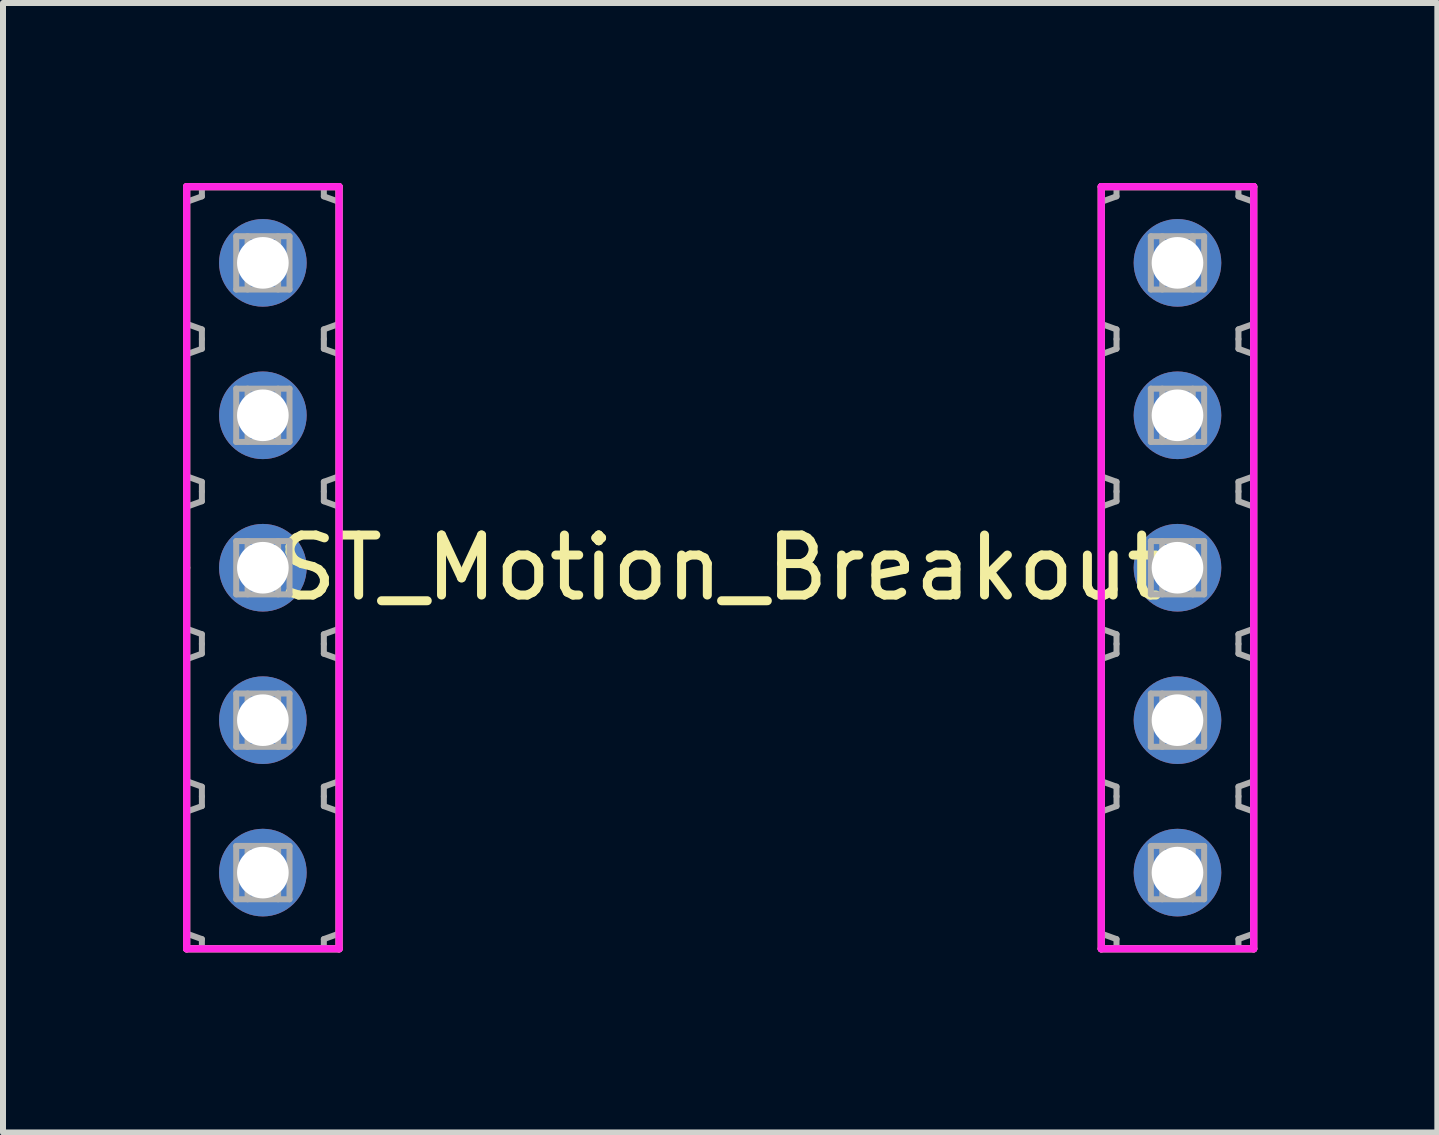
<source format=kicad_pcb>
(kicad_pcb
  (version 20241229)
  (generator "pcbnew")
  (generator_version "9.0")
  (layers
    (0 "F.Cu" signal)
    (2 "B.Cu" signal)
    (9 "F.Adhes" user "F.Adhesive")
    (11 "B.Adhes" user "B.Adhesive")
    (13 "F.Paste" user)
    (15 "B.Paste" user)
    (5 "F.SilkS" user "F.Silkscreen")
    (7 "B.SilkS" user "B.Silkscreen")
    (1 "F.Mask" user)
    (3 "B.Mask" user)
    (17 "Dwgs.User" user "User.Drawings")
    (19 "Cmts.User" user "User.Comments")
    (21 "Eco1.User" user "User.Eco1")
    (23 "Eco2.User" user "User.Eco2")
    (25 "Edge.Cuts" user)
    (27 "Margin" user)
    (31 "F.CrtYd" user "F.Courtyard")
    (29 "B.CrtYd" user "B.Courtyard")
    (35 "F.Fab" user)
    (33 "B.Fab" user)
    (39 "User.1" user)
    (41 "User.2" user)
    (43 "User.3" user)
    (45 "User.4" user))
  (footprint "ST_Motion_Breakout"
    (layer "F.Cu")
    (at 8.95 6.41)
    (property "Reference" "ST_Motion_Breakout" (at 0 0 0) (layer "F.SilkS") (effects (font (size 1 1) (thickness 0.15))))
    (attr through_hole)
    (fp_circle (center -7.62 -5.08) (end -7.62 -4.299) (stroke (width 0.1) (type solid)) (fill no) (layer "F.Mask"))
    (fp_circle (center -7.62 -2.54) (end -7.62 -1.759) (stroke (width 0.1) (type solid)) (fill no) (layer "F.Mask"))
    (fp_circle (center -7.62 0) (end -7.62 0.781) (stroke (width 0.1) (type solid)) (fill no) (layer "F.Mask"))
    (fp_circle (center -7.62 2.54) (end -7.62 3.321) (stroke (width 0.1) (type solid)) (fill no) (layer "F.Mask"))
    (fp_circle (center -7.62 5.08) (end -7.62 5.861) (stroke (width 0.1) (type solid)) (fill no) (layer "F.Mask"))
    (fp_circle (center 7.62 -5.08) (end 7.62 -5.861) (stroke (width 0.1) (type solid)) (fill no) (layer "F.Mask"))
    (fp_circle (center 7.62 -2.54) (end 7.62 -3.321) (stroke (width 0.1) (type solid)) (fill no) (layer "F.Mask"))
    (fp_circle (center 7.62 0) (end 7.62 -0.781) (stroke (width 0.1) (type solid)) (fill no) (layer "F.Mask"))
    (fp_circle (center 7.62 2.54) (end 7.62 1.759) (stroke (width 0.1) (type solid)) (fill no) (layer "F.Mask"))
    (fp_circle (center 7.62 5.08) (end 7.62 4.299) (stroke (width 0.1) (type solid)) (fill no) (layer "F.Mask"))
    (fp_circle (center -7.62 -5.08) (end -7.62 -4.299) (stroke (width 0.1) (type solid)) (fill no) (layer "B.Mask"))
    (fp_circle (center -7.62 -2.54) (end -7.62 -1.759) (stroke (width 0.1) (type solid)) (fill no) (layer "B.Mask"))
    (fp_circle (center -7.62 0) (end -7.62 0.781) (stroke (width 0.1) (type solid)) (fill no) (layer "B.Mask"))
    (fp_circle (center -7.62 2.54) (end -7.62 3.321) (stroke (width 0.1) (type solid)) (fill no) (layer "B.Mask"))
    (fp_circle (center -7.62 5.08) (end -7.62 5.861) (stroke (width 0.1) (type solid)) (fill no) (layer "B.Mask"))
    (fp_circle (center 7.62 -5.08) (end 7.62 -5.861) (stroke (width 0.1) (type solid)) (fill no) (layer "B.Mask"))
    (fp_circle (center 7.62 -2.54) (end 7.62 -3.321) (stroke (width 0.1) (type solid)) (fill no) (layer "B.Mask"))
    (fp_circle (center 7.62 0) (end 7.62 -0.781) (stroke (width 0.1) (type solid)) (fill no) (layer "B.Mask"))
    (fp_circle (center 7.62 2.54) (end 7.62 1.759) (stroke (width 0.1) (type solid)) (fill no) (layer "B.Mask"))
    (fp_circle (center 7.62 5.08) (end 7.62 4.299) (stroke (width 0.1) (type solid)) (fill no) (layer "B.Mask"))
    (fp_line (start -8.89 -6.35) (end -8.89 0) (stroke (width 0.12) (type solid)) (layer "F.SilkS"))
    (fp_line (start -8.89 0) (end -8.89 6.35) (stroke (width 0.12) (type solid)) (layer "F.SilkS"))
    (fp_line (start -6.35 -6.35) (end -8.89 -6.35) (stroke (width 0.12) (type solid)) (layer "F.SilkS"))
    (fp_line (start -6.35 6.35) (end -8.89 6.35) (stroke (width 0.12) (type solid)) (layer "F.SilkS"))
    (fp_line (start -6.35 6.35) (end -6.35 -6.35) (stroke (width 0.12) (type solid)) (layer "F.SilkS"))
    (fp_line (start 6.35 -6.35) (end 8.89 -6.35) (stroke (width 0.12) (type solid)) (layer "F.SilkS"))
    (fp_line (start 6.35 6.35) (end 6.35 -6.35) (stroke (width 0.12) (type solid)) (layer "F.SilkS"))
    (fp_line (start 6.35 6.35) (end 8.89 6.35) (stroke (width 0.12) (type solid)) (layer "F.SilkS"))
    (fp_line (start 8.89 6.35) (end 8.89 -6.35) (stroke (width 0.12) (type solid)) (layer "F.SilkS"))
    (fp_line (start -8.89 -6.35) (end -6.35 -6.35) (stroke (width 0.12) (type solid)) (layer "F.CrtYd"))
    (fp_line (start -8.89 6.35) (end -8.89 -6.35) (stroke (width 0.12) (type solid)) (layer "F.CrtYd"))
    (fp_line (start -6.35 -6.35) (end -6.35 6.35) (stroke (width 0.12) (type solid)) (layer "F.CrtYd"))
    (fp_line (start -6.35 6.35) (end -8.89 6.35) (stroke (width 0.12) (type solid)) (layer "F.CrtYd"))
    (fp_line (start 6.35 -6.35) (end 8.89 -6.35) (stroke (width 0.12) (type solid)) (layer "F.CrtYd"))
    (fp_line (start 6.35 6.35) (end 6.35 -6.35) (stroke (width 0.12) (type solid)) (layer "F.CrtYd"))
    (fp_line (start 8.89 -6.35) (end 8.89 6.35) (stroke (width 0.12) (type solid)) (layer "F.CrtYd"))
    (fp_line (start 8.89 6.35) (end 6.35 6.35) (stroke (width 0.12) (type solid)) (layer "F.CrtYd"))
    (fp_line (start -8.89 -6.096) (end -8.89 -4.064) (stroke (width 0.1) (type solid)) (layer "F.Fab"))
    (fp_line (start -8.89 -4.064) (end -8.636 -3.972) (stroke (width 0.1) (type solid)) (layer "F.Fab"))
    (fp_line (start -8.89 -3.556) (end -8.89 -1.524) (stroke (width 0.1) (type solid)) (layer "F.Fab"))
    (fp_line (start -8.89 -1.524) (end -8.636 -1.432) (stroke (width 0.1) (type solid)) (layer "F.Fab"))
    (fp_line (start -8.89 -1.016) (end -8.89 1.016) (stroke (width 0.1) (type solid)) (layer "F.Fab"))
    (fp_line (start -8.89 1.016) (end -8.636 1.108) (stroke (width 0.1) (type solid)) (layer "F.Fab"))
    (fp_line (start -8.89 1.524) (end -8.89 3.556) (stroke (width 0.1) (type solid)) (layer "F.Fab"))
    (fp_line (start -8.89 3.556) (end -8.636 3.648) (stroke (width 0.1) (type solid)) (layer "F.Fab"))
    (fp_line (start -8.89 4.064) (end -8.89 6.096) (stroke (width 0.1) (type solid)) (layer "F.Fab"))
    (fp_line (start -8.89 6.096) (end -8.636 6.188) (stroke (width 0.1) (type solid)) (layer "F.Fab"))
    (fp_line (start -8.636 -6.35) (end -8.636 -6.188) (stroke (width 0.1) (type solid)) (layer "F.Fab"))
    (fp_line (start -8.636 -6.188) (end -8.89 -6.096) (stroke (width 0.1) (type solid)) (layer "F.Fab"))
    (fp_line (start -8.636 -3.972) (end -8.636 -3.81) (stroke (width 0.1) (type solid)) (layer "F.Fab"))
    (fp_line (start -8.636 -3.81) (end -8.636 -3.648) (stroke (width 0.1) (type solid)) (layer "F.Fab"))
    (fp_line (start -8.636 -3.648) (end -8.89 -3.556) (stroke (width 0.1) (type solid)) (layer "F.Fab"))
    (fp_line (start -8.636 -1.432) (end -8.636 -1.27) (stroke (width 0.1) (type solid)) (layer "F.Fab"))
    (fp_line (start -8.636 -1.27) (end -8.636 -1.108) (stroke (width 0.1) (type solid)) (layer "F.Fab"))
    (fp_line (start -8.636 -1.108) (end -8.89 -1.016) (stroke (width 0.1) (type solid)) (layer "F.Fab"))
    (fp_line (start -8.636 1.108) (end -8.636 1.27) (stroke (width 0.1) (type solid)) (layer "F.Fab"))
    (fp_line (start -8.636 1.27) (end -8.636 1.432) (stroke (width 0.1) (type solid)) (layer "F.Fab"))
    (fp_line (start -8.636 1.432) (end -8.89 1.524) (stroke (width 0.1) (type solid)) (layer "F.Fab"))
    (fp_line (start -8.636 3.648) (end -8.636 3.81) (stroke (width 0.1) (type solid)) (layer "F.Fab"))
    (fp_line (start -8.636 3.81) (end -8.636 3.972) (stroke (width 0.1) (type solid)) (layer "F.Fab"))
    (fp_line (start -8.636 3.972) (end -8.89 4.064) (stroke (width 0.1) (type solid)) (layer "F.Fab"))
    (fp_line (start -8.636 6.188) (end -8.636 6.35) (stroke (width 0.1) (type solid)) (layer "F.Fab"))
    (fp_line (start -8.064 -5.524) (end -8.064 -4.636) (stroke (width 0.1) (type solid)) (layer "F.Fab"))
    (fp_line (start -8.064 -4.636) (end -7.176 -4.636) (stroke (width 0.1) (type solid)) (layer "F.Fab"))
    (fp_line (start -8.064 -2.984) (end -8.064 -2.096) (stroke (width 0.1) (type solid)) (layer "F.Fab"))
    (fp_line (start -8.064 -2.096) (end -7.176 -2.096) (stroke (width 0.1) (type solid)) (layer "F.Fab"))
    (fp_line (start -8.064 -0.444) (end -8.064 0.444) (stroke (width 0.1) (type solid)) (layer "F.Fab"))
    (fp_line (start -8.064 0.444) (end -7.176 0.444) (stroke (width 0.1) (type solid)) (layer "F.Fab"))
    (fp_line (start -8.064 2.096) (end -8.064 2.984) (stroke (width 0.1) (type solid)) (layer "F.Fab"))
    (fp_line (start -8.064 2.984) (end -7.176 2.984) (stroke (width 0.1) (type solid)) (layer "F.Fab"))
    (fp_line (start -8.064 4.636) (end -8.064 5.524) (stroke (width 0.1) (type solid)) (layer "F.Fab"))
    (fp_line (start -8.064 5.524) (end -7.176 5.524) (stroke (width 0.1) (type solid)) (layer "F.Fab"))
    (fp_line (start -7.874 -4.636) (end -7.874 -5.524) (stroke (width 0.1) (type solid)) (layer "F.Fab"))
    (fp_line (start -7.874 -2.096) (end -7.874 -2.984) (stroke (width 0.1) (type solid)) (layer "F.Fab"))
    (fp_line (start -7.874 0.444) (end -7.874 -0.444) (stroke (width 0.1) (type solid)) (layer "F.Fab"))
    (fp_line (start -7.874 2.984) (end -7.874 2.096) (stroke (width 0.1) (type solid)) (layer "F.Fab"))
    (fp_line (start -7.874 5.524) (end -7.874 4.636) (stroke (width 0.1) (type solid)) (layer "F.Fab"))
    (fp_line (start -7.366 -5.524) (end -7.366 -4.636) (stroke (width 0.1) (type solid)) (layer "F.Fab"))
    (fp_line (start -7.366 -2.984) (end -7.366 -2.096) (stroke (width 0.1) (type solid)) (layer "F.Fab"))
    (fp_line (start -7.366 -0.444) (end -7.366 0.444) (stroke (width 0.1) (type solid)) (layer "F.Fab"))
    (fp_line (start -7.366 2.096) (end -7.366 2.984) (stroke (width 0.1) (type solid)) (layer "F.Fab"))
    (fp_line (start -7.366 4.636) (end -7.366 5.524) (stroke (width 0.1) (type solid)) (layer "F.Fab"))
    (fp_line (start -7.176 -5.524) (end -8.064 -5.524) (stroke (width 0.1) (type solid)) (layer "F.Fab"))
    (fp_line (start -7.176 -4.636) (end -7.176 -5.524) (stroke (width 0.1) (type solid)) (layer "F.Fab"))
    (fp_line (start -7.176 -2.984) (end -8.064 -2.984) (stroke (width 0.1) (type solid)) (layer "F.Fab"))
    (fp_line (start -7.176 -2.096) (end -7.176 -2.984) (stroke (width 0.1) (type solid)) (layer "F.Fab"))
    (fp_line (start -7.176 -0.444) (end -8.064 -0.444) (stroke (width 0.1) (type solid)) (layer "F.Fab"))
    (fp_line (start -7.176 0.444) (end -7.176 -0.444) (stroke (width 0.1) (type solid)) (layer "F.Fab"))
    (fp_line (start -7.176 2.096) (end -8.064 2.096) (stroke (width 0.1) (type solid)) (layer "F.Fab"))
    (fp_line (start -7.176 2.984) (end -7.176 2.096) (stroke (width 0.1) (type solid)) (layer "F.Fab"))
    (fp_line (start -7.176 4.636) (end -8.064 4.636) (stroke (width 0.1) (type solid)) (layer "F.Fab"))
    (fp_line (start -7.176 5.524) (end -7.176 4.636) (stroke (width 0.1) (type solid)) (layer "F.Fab"))
    (fp_line (start -6.604 -6.35) (end -8.636 -6.35) (stroke (width 0.1) (type solid)) (layer "F.Fab"))
    (fp_line (start -6.604 -6.188) (end -6.604 -6.35) (stroke (width 0.1) (type solid)) (layer "F.Fab"))
    (fp_line (start -6.604 -3.972) (end -6.35 -4.064) (stroke (width 0.1) (type solid)) (layer "F.Fab"))
    (fp_line (start -6.604 -3.81) (end -6.604 -3.972) (stroke (width 0.1) (type solid)) (layer "F.Fab"))
    (fp_line (start -6.604 -3.648) (end -6.604 -3.81) (stroke (width 0.1) (type solid)) (layer "F.Fab"))
    (fp_line (start -6.604 -1.432) (end -6.35 -1.524) (stroke (width 0.1) (type solid)) (layer "F.Fab"))
    (fp_line (start -6.604 -1.27) (end -6.604 -1.432) (stroke (width 0.1) (type solid)) (layer "F.Fab"))
    (fp_line (start -6.604 -1.108) (end -6.604 -1.27) (stroke (width 0.1) (type solid)) (layer "F.Fab"))
    (fp_line (start -6.604 1.108) (end -6.35 1.016) (stroke (width 0.1) (type solid)) (layer "F.Fab"))
    (fp_line (start -6.604 1.27) (end -6.604 1.108) (stroke (width 0.1) (type solid)) (layer "F.Fab"))
    (fp_line (start -6.604 1.432) (end -6.604 1.27) (stroke (width 0.1) (type solid)) (layer "F.Fab"))
    (fp_line (start -6.604 3.648) (end -6.35 3.556) (stroke (width 0.1) (type solid)) (layer "F.Fab"))
    (fp_line (start -6.604 3.81) (end -6.604 3.648) (stroke (width 0.1) (type solid)) (layer "F.Fab"))
    (fp_line (start -6.604 3.972) (end -6.604 3.81) (stroke (width 0.1) (type solid)) (layer "F.Fab"))
    (fp_line (start -6.604 6.188) (end -6.604 6.35) (stroke (width 0.1) (type solid)) (layer "F.Fab"))
    (fp_line (start -6.604 6.188) (end -6.35 6.096) (stroke (width 0.1) (type solid)) (layer "F.Fab"))
    (fp_line (start -6.604 6.35) (end -8.636 6.35) (stroke (width 0.1) (type solid)) (layer "F.Fab"))
    (fp_line (start -6.35 -6.096) (end -6.604 -6.188) (stroke (width 0.1) (type solid)) (layer "F.Fab"))
    (fp_line (start -6.35 -4.064) (end -6.35 -6.096) (stroke (width 0.1) (type solid)) (layer "F.Fab"))
    (fp_line (start -6.35 -3.556) (end -6.604 -3.648) (stroke (width 0.1) (type solid)) (layer "F.Fab"))
    (fp_line (start -6.35 -1.524) (end -6.35 -3.556) (stroke (width 0.1) (type solid)) (layer "F.Fab"))
    (fp_line (start -6.35 -1.016) (end -6.604 -1.108) (stroke (width 0.1) (type solid)) (layer "F.Fab"))
    (fp_line (start -6.35 1.016) (end -6.35 -1.016) (stroke (width 0.1) (type solid)) (layer "F.Fab"))
    (fp_line (start -6.35 1.524) (end -6.604 1.432) (stroke (width 0.1) (type solid)) (layer "F.Fab"))
    (fp_line (start -6.35 3.556) (end -6.35 1.524) (stroke (width 0.1) (type solid)) (layer "F.Fab"))
    (fp_line (start -6.35 4.064) (end -6.604 3.972) (stroke (width 0.1) (type solid)) (layer "F.Fab"))
    (fp_line (start -6.35 6.096) (end -6.35 4.064) (stroke (width 0.1) (type solid)) (layer "F.Fab"))
    (fp_line (start 6.35 -6.096) (end 6.35 -4.064) (stroke (width 0.1) (type solid)) (layer "F.Fab"))
    (fp_line (start 6.35 -4.064) (end 6.604 -3.972) (stroke (width 0.1) (type solid)) (layer "F.Fab"))
    (fp_line (start 6.35 -3.556) (end 6.35 -1.524) (stroke (width 0.1) (type solid)) (layer "F.Fab"))
    (fp_line (start 6.35 -1.524) (end 6.604 -1.432) (stroke (width 0.1) (type solid)) (layer "F.Fab"))
    (fp_line (start 6.35 -1.016) (end 6.35 1.016) (stroke (width 0.1) (type solid)) (layer "F.Fab"))
    (fp_line (start 6.35 1.016) (end 6.604 1.108) (stroke (width 0.1) (type solid)) (layer "F.Fab"))
    (fp_line (start 6.35 1.524) (end 6.35 3.556) (stroke (width 0.1) (type solid)) (layer "F.Fab"))
    (fp_line (start 6.35 3.556) (end 6.604 3.648) (stroke (width 0.1) (type solid)) (layer "F.Fab"))
    (fp_line (start 6.35 4.064) (end 6.35 6.096) (stroke (width 0.1) (type solid)) (layer "F.Fab"))
    (fp_line (start 6.35 6.096) (end 6.604 6.188) (stroke (width 0.1) (type solid)) (layer "F.Fab"))
    (fp_line (start 6.604 -6.35) (end 8.636 -6.35) (stroke (width 0.1) (type solid)) (layer "F.Fab"))
    (fp_line (start 6.604 -6.188) (end 6.35 -6.096) (stroke (width 0.1) (type solid)) (layer "F.Fab"))
    (fp_line (start 6.604 -6.188) (end 6.604 -6.35) (stroke (width 0.1) (type solid)) (layer "F.Fab"))
    (fp_line (start 6.604 -3.972) (end 6.604 -3.81) (stroke (width 0.1) (type solid)) (layer "F.Fab"))
    (fp_line (start 6.604 -3.81) (end 6.604 -3.648) (stroke (width 0.1) (type solid)) (layer "F.Fab"))
    (fp_line (start 6.604 -3.648) (end 6.35 -3.556) (stroke (width 0.1) (type solid)) (layer "F.Fab"))
    (fp_line (start 6.604 -1.432) (end 6.604 -1.27) (stroke (width 0.1) (type solid)) (layer "F.Fab"))
    (fp_line (start 6.604 -1.27) (end 6.604 -1.108) (stroke (width 0.1) (type solid)) (layer "F.Fab"))
    (fp_line (start 6.604 -1.108) (end 6.35 -1.016) (stroke (width 0.1) (type solid)) (layer "F.Fab"))
    (fp_line (start 6.604 1.108) (end 6.604 1.27) (stroke (width 0.1) (type solid)) (layer "F.Fab"))
    (fp_line (start 6.604 1.27) (end 6.604 1.432) (stroke (width 0.1) (type solid)) (layer "F.Fab"))
    (fp_line (start 6.604 1.432) (end 6.35 1.524) (stroke (width 0.1) (type solid)) (layer "F.Fab"))
    (fp_line (start 6.604 3.648) (end 6.604 3.81) (stroke (width 0.1) (type solid)) (layer "F.Fab"))
    (fp_line (start 6.604 3.81) (end 6.604 3.972) (stroke (width 0.1) (type solid)) (layer "F.Fab"))
    (fp_line (start 6.604 3.972) (end 6.35 4.064) (stroke (width 0.1) (type solid)) (layer "F.Fab"))
    (fp_line (start 6.604 6.188) (end 6.604 6.35) (stroke (width 0.1) (type solid)) (layer "F.Fab"))
    (fp_line (start 6.604 6.35) (end 8.636 6.35) (stroke (width 0.1) (type solid)) (layer "F.Fab"))
    (fp_line (start 7.176 -5.524) (end 7.176 -4.636) (stroke (width 0.1) (type solid)) (layer "F.Fab"))
    (fp_line (start 7.176 -4.636) (end 8.064 -4.636) (stroke (width 0.1) (type solid)) (layer "F.Fab"))
    (fp_line (start 7.176 -2.984) (end 7.176 -2.096) (stroke (width 0.1) (type solid)) (layer "F.Fab"))
    (fp_line (start 7.176 -2.096) (end 8.064 -2.096) (stroke (width 0.1) (type solid)) (layer "F.Fab"))
    (fp_line (start 7.176 -0.444) (end 7.176 0.444) (stroke (width 0.1) (type solid)) (layer "F.Fab"))
    (fp_line (start 7.176 0.444) (end 8.064 0.444) (stroke (width 0.1) (type solid)) (layer "F.Fab"))
    (fp_line (start 7.176 2.096) (end 7.176 2.984) (stroke (width 0.1) (type solid)) (layer "F.Fab"))
    (fp_line (start 7.176 2.984) (end 8.064 2.984) (stroke (width 0.1) (type solid)) (layer "F.Fab"))
    (fp_line (start 7.176 4.636) (end 7.176 5.524) (stroke (width 0.1) (type solid)) (layer "F.Fab"))
    (fp_line (start 7.176 5.524) (end 8.064 5.524) (stroke (width 0.1) (type solid)) (layer "F.Fab"))
    (fp_line (start 7.366 -4.636) (end 7.366 -5.524) (stroke (width 0.1) (type solid)) (layer "F.Fab"))
    (fp_line (start 7.366 -2.096) (end 7.366 -2.984) (stroke (width 0.1) (type solid)) (layer "F.Fab"))
    (fp_line (start 7.366 0.444) (end 7.366 -0.444) (stroke (width 0.1) (type solid)) (layer "F.Fab"))
    (fp_line (start 7.366 2.984) (end 7.366 2.096) (stroke (width 0.1) (type solid)) (layer "F.Fab"))
    (fp_line (start 7.366 5.524) (end 7.366 4.636) (stroke (width 0.1) (type solid)) (layer "F.Fab"))
    (fp_line (start 7.874 -5.524) (end 7.874 -4.636) (stroke (width 0.1) (type solid)) (layer "F.Fab"))
    (fp_line (start 7.874 -2.984) (end 7.874 -2.096) (stroke (width 0.1) (type solid)) (layer "F.Fab"))
    (fp_line (start 7.874 -0.444) (end 7.874 0.444) (stroke (width 0.1) (type solid)) (layer "F.Fab"))
    (fp_line (start 7.874 2.096) (end 7.874 2.984) (stroke (width 0.1) (type solid)) (layer "F.Fab"))
    (fp_line (start 7.874 4.636) (end 7.874 5.524) (stroke (width 0.1) (type solid)) (layer "F.Fab"))
    (fp_line (start 8.064 -5.524) (end 7.176 -5.524) (stroke (width 0.1) (type solid)) (layer "F.Fab"))
    (fp_line (start 8.064 -4.636) (end 8.064 -5.524) (stroke (width 0.1) (type solid)) (layer "F.Fab"))
    (fp_line (start 8.064 -2.984) (end 7.176 -2.984) (stroke (width 0.1) (type solid)) (layer "F.Fab"))
    (fp_line (start 8.064 -2.096) (end 8.064 -2.984) (stroke (width 0.1) (type solid)) (layer "F.Fab"))
    (fp_line (start 8.064 -0.444) (end 7.176 -0.444) (stroke (width 0.1) (type solid)) (layer "F.Fab"))
    (fp_line (start 8.064 0.444) (end 8.064 -0.444) (stroke (width 0.1) (type solid)) (layer "F.Fab"))
    (fp_line (start 8.064 2.096) (end 7.176 2.096) (stroke (width 0.1) (type solid)) (layer "F.Fab"))
    (fp_line (start 8.064 2.984) (end 8.064 2.096) (stroke (width 0.1) (type solid)) (layer "F.Fab"))
    (fp_line (start 8.064 4.636) (end 7.176 4.636) (stroke (width 0.1) (type solid)) (layer "F.Fab"))
    (fp_line (start 8.064 5.524) (end 8.064 4.636) (stroke (width 0.1) (type solid)) (layer "F.Fab"))
    (fp_line (start 8.636 -6.188) (end 8.636 -6.35) (stroke (width 0.1) (type solid)) (layer "F.Fab"))
    (fp_line (start 8.636 -3.972) (end 8.89 -4.064) (stroke (width 0.1) (type solid)) (layer "F.Fab"))
    (fp_line (start 8.636 -3.81) (end 8.636 -3.972) (stroke (width 0.1) (type solid)) (layer "F.Fab"))
    (fp_line (start 8.636 -3.648) (end 8.636 -3.81) (stroke (width 0.1) (type solid)) (layer "F.Fab"))
    (fp_line (start 8.636 -1.432) (end 8.89 -1.524) (stroke (width 0.1) (type solid)) (layer "F.Fab"))
    (fp_line (start 8.636 -1.27) (end 8.636 -1.432) (stroke (width 0.1) (type solid)) (layer "F.Fab"))
    (fp_line (start 8.636 -1.108) (end 8.636 -1.27) (stroke (width 0.1) (type solid)) (layer "F.Fab"))
    (fp_line (start 8.636 1.108) (end 8.89 1.016) (stroke (width 0.1) (type solid)) (layer "F.Fab"))
    (fp_line (start 8.636 1.27) (end 8.636 1.108) (stroke (width 0.1) (type solid)) (layer "F.Fab"))
    (fp_line (start 8.636 1.432) (end 8.636 1.27) (stroke (width 0.1) (type solid)) (layer "F.Fab"))
    (fp_line (start 8.636 3.648) (end 8.89 3.556) (stroke (width 0.1) (type solid)) (layer "F.Fab"))
    (fp_line (start 8.636 3.81) (end 8.636 3.648) (stroke (width 0.1) (type solid)) (layer "F.Fab"))
    (fp_line (start 8.636 3.972) (end 8.636 3.81) (stroke (width 0.1) (type solid)) (layer "F.Fab"))
    (fp_line (start 8.636 6.188) (end 8.89 6.096) (stroke (width 0.1) (type solid)) (layer "F.Fab"))
    (fp_line (start 8.636 6.35) (end 8.636 6.188) (stroke (width 0.1) (type solid)) (layer "F.Fab"))
    (fp_line (start 8.89 -6.096) (end 8.636 -6.188) (stroke (width 0.1) (type solid)) (layer "F.Fab"))
    (fp_line (start 8.89 -4.064) (end 8.89 -6.096) (stroke (width 0.1) (type solid)) (layer "F.Fab"))
    (fp_line (start 8.89 -3.556) (end 8.636 -3.648) (stroke (width 0.1) (type solid)) (layer "F.Fab"))
    (fp_line (start 8.89 -1.524) (end 8.89 -3.556) (stroke (width 0.1) (type solid)) (layer "F.Fab"))
    (fp_line (start 8.89 -1.016) (end 8.636 -1.108) (stroke (width 0.1) (type solid)) (layer "F.Fab"))
    (fp_line (start 8.89 1.016) (end 8.89 -1.016) (stroke (width 0.1) (type solid)) (layer "F.Fab"))
    (fp_line (start 8.89 1.524) (end 8.636 1.432) (stroke (width 0.1) (type solid)) (layer "F.Fab"))
    (fp_line (start 8.89 3.556) (end 8.89 1.524) (stroke (width 0.1) (type solid)) (layer "F.Fab"))
    (fp_line (start 8.89 4.064) (end 8.636 3.972) (stroke (width 0.1) (type solid)) (layer "F.Fab"))
    (fp_line (start 8.89 6.096) (end 8.89 4.064) (stroke (width 0.1) (type solid)) (layer "F.Fab"))
    (pad "1" thru_hole circle (at -7.62 -5.08 270) (size 1.46 1.46) (drill 0.86) (layers "*.Cu" "*.Mask"))
    (pad "2" thru_hole circle (at -7.62 -2.54 270) (size 1.46 1.46) (drill 0.86) (layers "*.Cu" "*.Mask"))
    (pad "3" thru_hole circle (at -7.62 0 270) (size 1.46 1.46) (drill 0.86) (layers "*.Cu" "*.Mask"))
    (pad "4" thru_hole circle (at -7.62 2.54 270) (size 1.46 1.46) (drill 0.86) (layers "*.Cu" "*.Mask"))
    (pad "5" thru_hole circle (at -7.62 5.08 270) (size 1.46 1.46) (drill 0.86) (layers "*.Cu" "*.Mask"))
    (pad "6" thru_hole circle (at 7.62 5.08 90) (size 1.46 1.46) (drill 0.86) (layers "*.Cu" "*.Mask"))
    (pad "7" thru_hole circle (at 7.62 2.54 90) (size 1.46 1.46) (drill 0.86) (layers "*.Cu" "*.Mask"))
    (pad "8" thru_hole circle (at 7.62 0 90) (size 1.46 1.46) (drill 0.86) (layers "*.Cu" "*.Mask"))
    (pad "9" thru_hole circle (at 7.62 -2.54 90) (size 1.46 1.46) (drill 0.86) (layers "*.Cu" "*.Mask"))
    (pad "10" thru_hole circle (at 7.62 -5.08 90) (size 1.46 1.46) (drill 0.86) (layers "*.Cu" "*.Mask")))
  (gr_rect
    (start -3 -3)
    (end 20.9 15.82)
    (stroke (width 0.1) (type default))
    (fill no)
    (layer "Edge.Cuts")))
</source>
